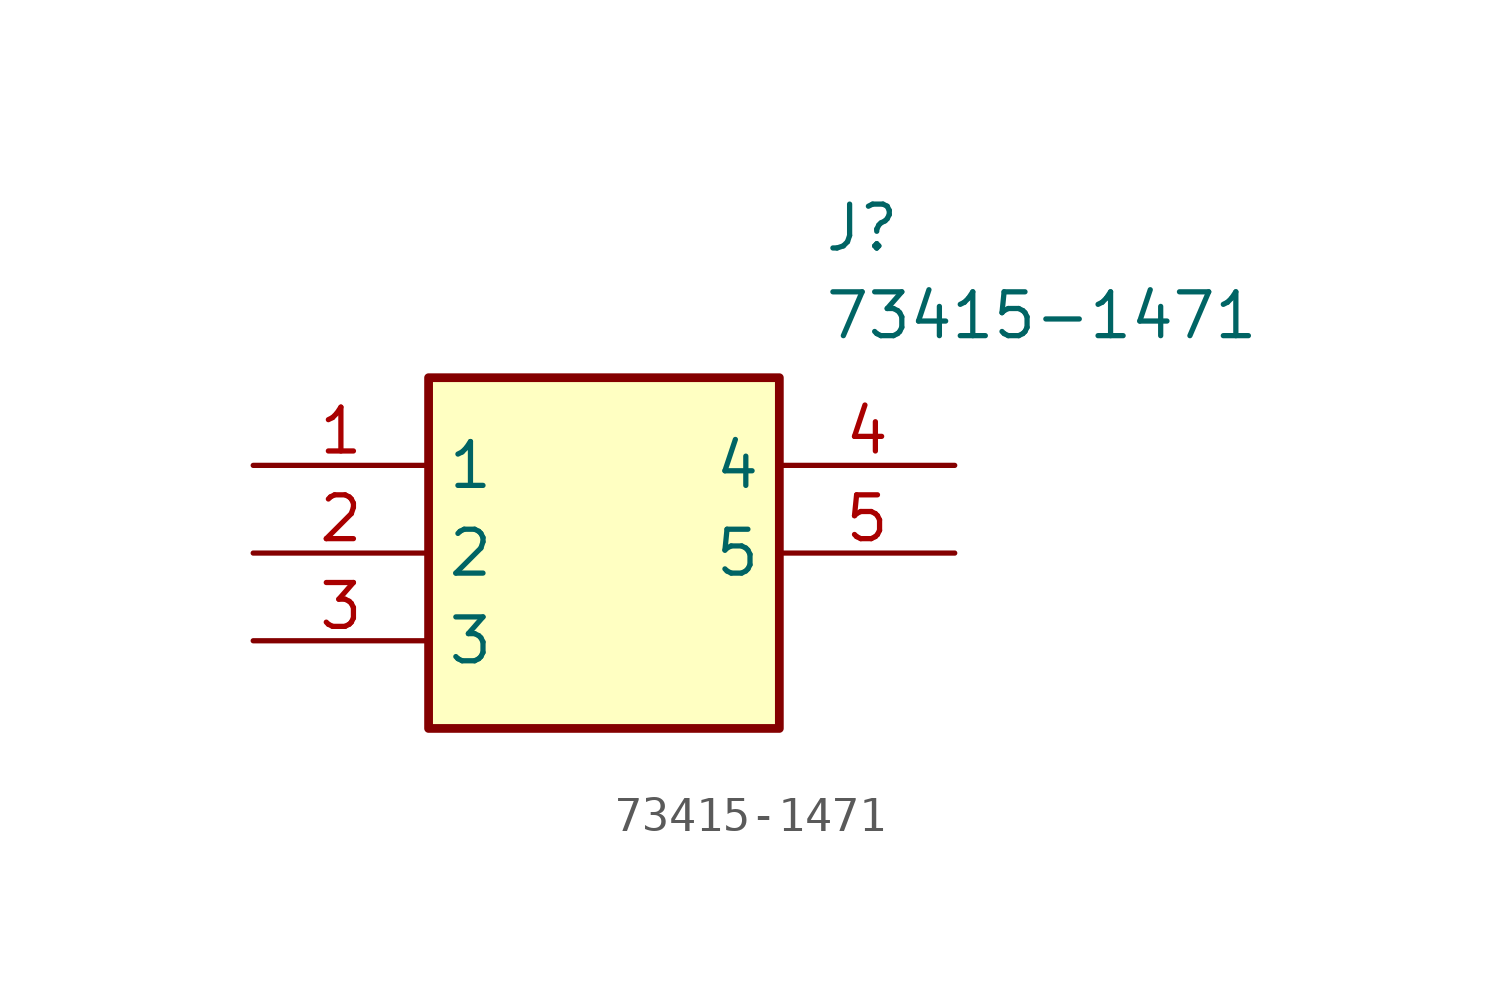
<source format=kicad_sym>
(kicad_symbol_lib
  (version 20211014)
  (generator SamacSys_ECAD_Model)
  (symbol "73415-1471"
    (property "Reference" "J"
      (at 16.51 7.62 0)
      (effects (font (size 1.27 1.27)) (justify left top)))
    (property "Value" "73415-1471"
      (at 16.51 5.08 0)
      (effects (font (size 1.27 1.27)) (justify left top)))
    (rectangle
      (start 5.08 2.54)
      (end 15.24 -7.62)
      (stroke (width 0.254) (type default))
      (fill (type background)))
    (pin passive line
      (at 0 0 0)
      (length 5.08)
      (name "1" (effects (font (size 1.27 1.27))))
      (number "1" (effects (font (size 1.27 1.27)))))
    (pin passive line
      (at 0 -2.54 0)
      (length 5.08)
      (name "2" (effects (font (size 1.27 1.27))))
      (number "2" (effects (font (size 1.27 1.27)))))
    (pin passive line
      (at 0 -5.08 0)
      (length 5.08)
      (name "3" (effects (font (size 1.27 1.27))))
      (number "3" (effects (font (size 1.27 1.27)))))
    (pin passive line
      (at 20.32 0 180)
      (length 5.08)
      (name "4" (effects (font (size 1.27 1.27))))
      (number "4" (effects (font (size 1.27 1.27)))))
    (pin passive line
      (at 20.32 -2.54 180)
      (length 5.08)
      (name "5" (effects (font (size 1.27 1.27))))
      (number "5" (effects (font (size 1.27 1.27)))))))
</source>
